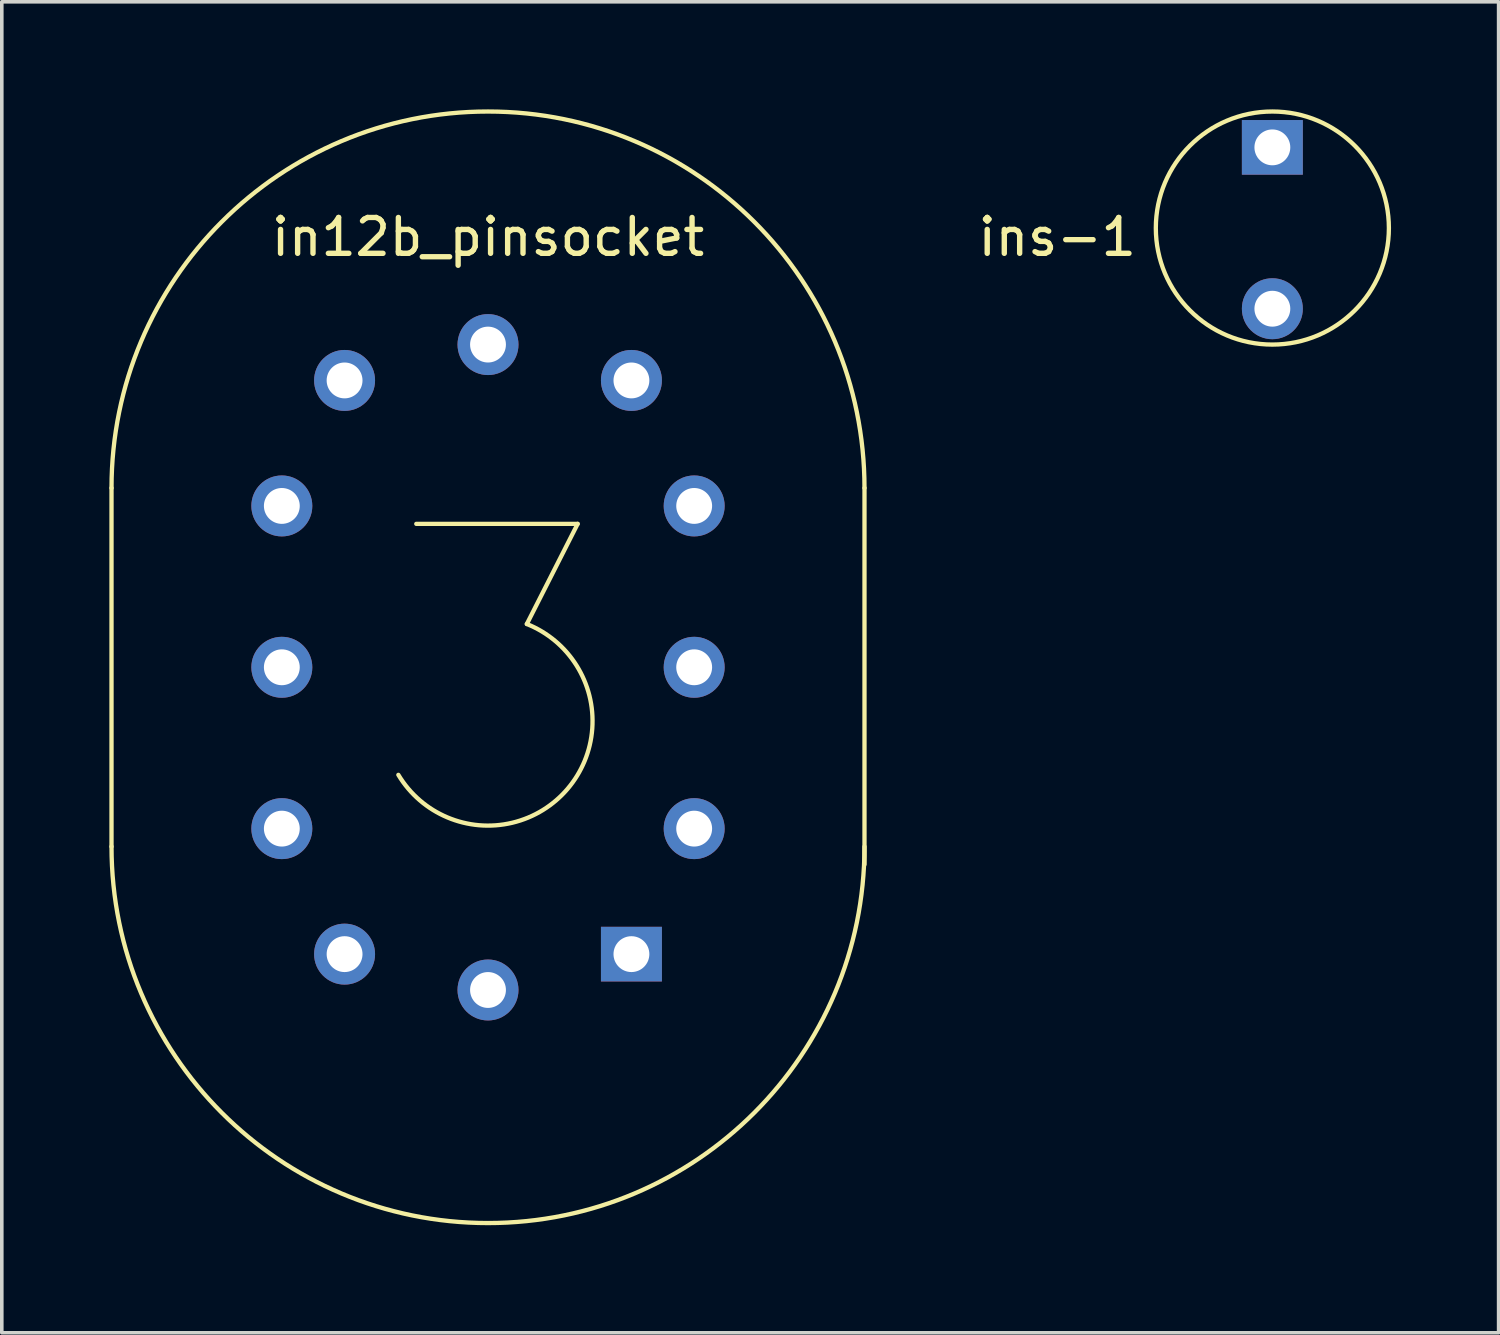
<source format=kicad_pcb>
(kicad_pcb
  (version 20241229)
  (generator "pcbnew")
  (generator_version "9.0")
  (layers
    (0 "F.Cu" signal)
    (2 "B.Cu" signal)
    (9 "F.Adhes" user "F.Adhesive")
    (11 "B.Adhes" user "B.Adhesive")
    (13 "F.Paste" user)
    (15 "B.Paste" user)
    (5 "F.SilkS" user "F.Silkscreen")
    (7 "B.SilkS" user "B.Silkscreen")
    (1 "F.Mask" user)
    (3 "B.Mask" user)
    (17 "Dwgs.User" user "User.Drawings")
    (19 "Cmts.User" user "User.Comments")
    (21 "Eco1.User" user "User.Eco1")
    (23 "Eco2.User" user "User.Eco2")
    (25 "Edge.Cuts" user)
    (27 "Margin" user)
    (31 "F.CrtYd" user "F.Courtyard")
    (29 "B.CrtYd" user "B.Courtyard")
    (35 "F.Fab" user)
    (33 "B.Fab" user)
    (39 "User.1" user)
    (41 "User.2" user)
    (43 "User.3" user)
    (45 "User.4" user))
  (footprint "ins-1"
    (layer "F.Cu")
    (at 32.435 3.31)
    (property "Reference" "ins-1" (at -6 0.25 0) (layer "F.SilkS") (effects (font (size 1 1) (thickness 0.15))))
    (attr through_hole)
    (fp_circle (center 0 0) (end 0 -3.25) (stroke (width 0.12) (type solid)) (fill no) (layer "F.SilkS"))
    (pad "1" thru_hole rect (at 0 -2.25) (size 1.7 1.524) (drill 1) (layers "*.Cu" "*.Mask"))
    (pad "2" thru_hole circle (at 0 2.25) (size 1.7 1.7) (drill 1) (layers "*.Cu" "*.Mask")))
  (footprint "in12b_pinsocket"
    (layer "F.Cu")
    (at 10.56 15.56)
    (property "Reference" "in12b_pinsocket" (at 0 -12 0) (layer "F.SilkS") (effects (font (size 1 1) (thickness 0.15))))
    (attr through_hole)
    (fp_line (start -10.5 -5) (end -10.5 5) (stroke (width 0.12) (type solid)) (layer "F.SilkS"))
    (fp_line (start 1.083 -1.207) (end 2.5 -4) (stroke (width 0.12) (type solid)) (layer "F.SilkS"))
    (fp_line (start 2.5 -4) (end -2 -4) (stroke (width 0.12) (type solid)) (layer "F.SilkS"))
    (fp_line (start 10.5 -5) (end 10.5 5.5) (stroke (width 0.12) (type solid)) (layer "F.SilkS"))
    (fp_arc (start -10.5 -5) (mid 0 -15.5) (end 10.5 -5) (stroke (width 0.12) (type solid)) (layer "F.SilkS"))
    (fp_arc (start 1.08278 -1.20695) (mid 2.219624 3.390307) (end -2.499999 2.999999) (stroke (width 0.12) (type solid)) (layer "F.SilkS"))
    (fp_arc (start 10.5 5) (mid 0 15.5) (end -10.5 5) (stroke (width 0.12) (type solid)) (layer "F.SilkS"))
    (pad "1" thru_hole rect (at 4 8) (size 1.7 1.524) (drill 1) (layers "*.Cu" "*.Mask"))
    (pad "2" thru_hole circle (at 5.75 4.5) (size 1.7 1.7) (drill 1) (layers "*.Cu" "*.Mask"))
    (pad "3" thru_hole circle (at 5.75 0) (size 1.7 1.7) (drill 1) (layers "*.Cu" "*.Mask"))
    (pad "4" thru_hole circle (at 5.75 -4.5) (size 1.7 1.7) (drill 1) (layers "*.Cu" "*.Mask"))
    (pad "5" thru_hole circle (at 4 -8) (size 1.7 1.7) (drill 1) (layers "*.Cu" "*.Mask"))
    (pad "6" thru_hole circle (at 0 -9) (size 1.7 1.7) (drill 1) (layers "*.Cu" "*.Mask"))
    (pad "7" thru_hole circle (at -4 -8) (size 1.7 1.7) (drill 1) (layers "*.Cu" "*.Mask"))
    (pad "8" thru_hole circle (at -5.75 -4.5) (size 1.7 1.7) (drill 1) (layers "*.Cu" "*.Mask"))
    (pad "9" thru_hole circle (at -5.75 0) (size 1.7 1.7) (drill 1) (layers "*.Cu" "*.Mask"))
    (pad "10" thru_hole circle (at -5.75 4.5) (size 1.7 1.7) (drill 1) (layers "*.Cu" "*.Mask"))
    (pad "11" thru_hole circle (at -4 8) (size 1.7 1.7) (drill 1) (layers "*.Cu" "*.Mask"))
    (pad "12" thru_hole circle (at 0 9) (size 1.7 1.7) (drill 1) (layers "*.Cu" "*.Mask")))
  (gr_rect
    (start -3 -3)
    (end 38.745 34.12)
    (stroke (width 0.1) (type default))
    (fill no)
    (layer "Edge.Cuts")))
</source>
